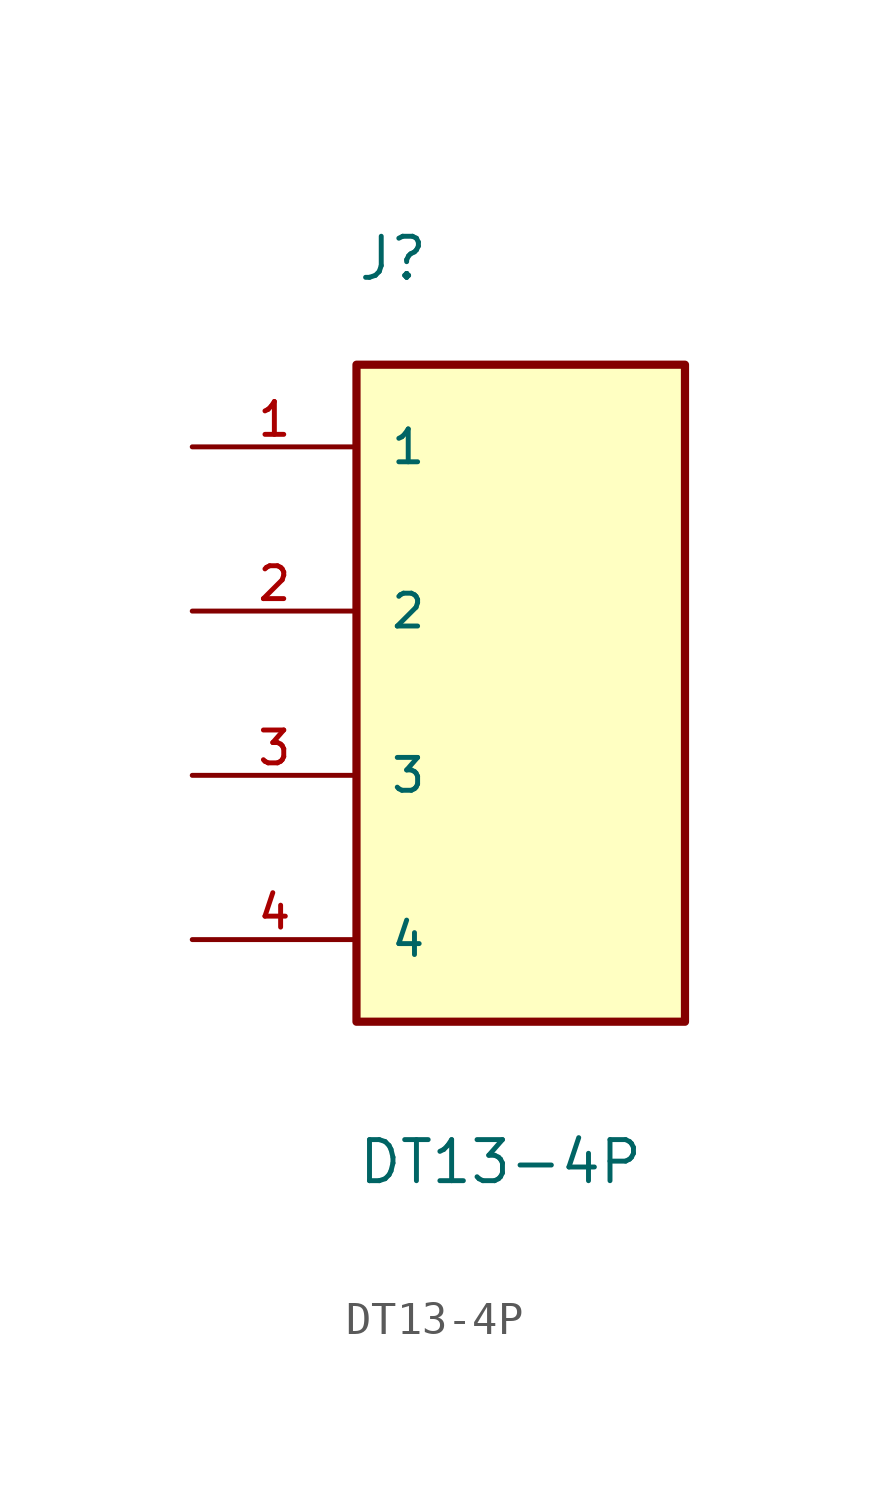
<source format=kicad_sym>
(kicad_symbol_lib
  (version 20211014)
  (generator kicad_symbol_editor)
  (symbol "DT13-4P"
    (pin_names
      (offset 1.016))
    (property "Reference" "J"
      (at -5.08 12.7 0)
      (effects (font (size 1.27 1.27)) (justify bottom left)))
    (property "Value" "DT13-4P"
      (at -5.08 -15.24 0)
      (effects (font (size 1.27 1.27)) (justify bottom left)))
    (symbol "DT13-4P_0_0"
      (rectangle (start -5.08 -10.16) (end 5.08 10.16) (stroke (width 0.254)) (fill (type background)))
      (pin passive line (at -10.16 7.62 0) (length 5.08) (name "1" (effects (font (size 1.016 1.016)))) (number "1" (effects (font (size 1.016 1.016)))))
      (pin passive line (at -10.16 2.54 0) (length 5.08) (name "2" (effects (font (size 1.016 1.016)))) (number "2" (effects (font (size 1.016 1.016)))))
      (pin passive line (at -10.16 -2.54 0) (length 5.08) (name "3" (effects (font (size 1.016 1.016)))) (number "3" (effects (font (size 1.016 1.016)))))
      (pin passive line (at -10.16 -7.62 0) (length 5.08) (name "4" (effects (font (size 1.016 1.016)))) (number "4" (effects (font (size 1.016 1.016))))))))
</source>
